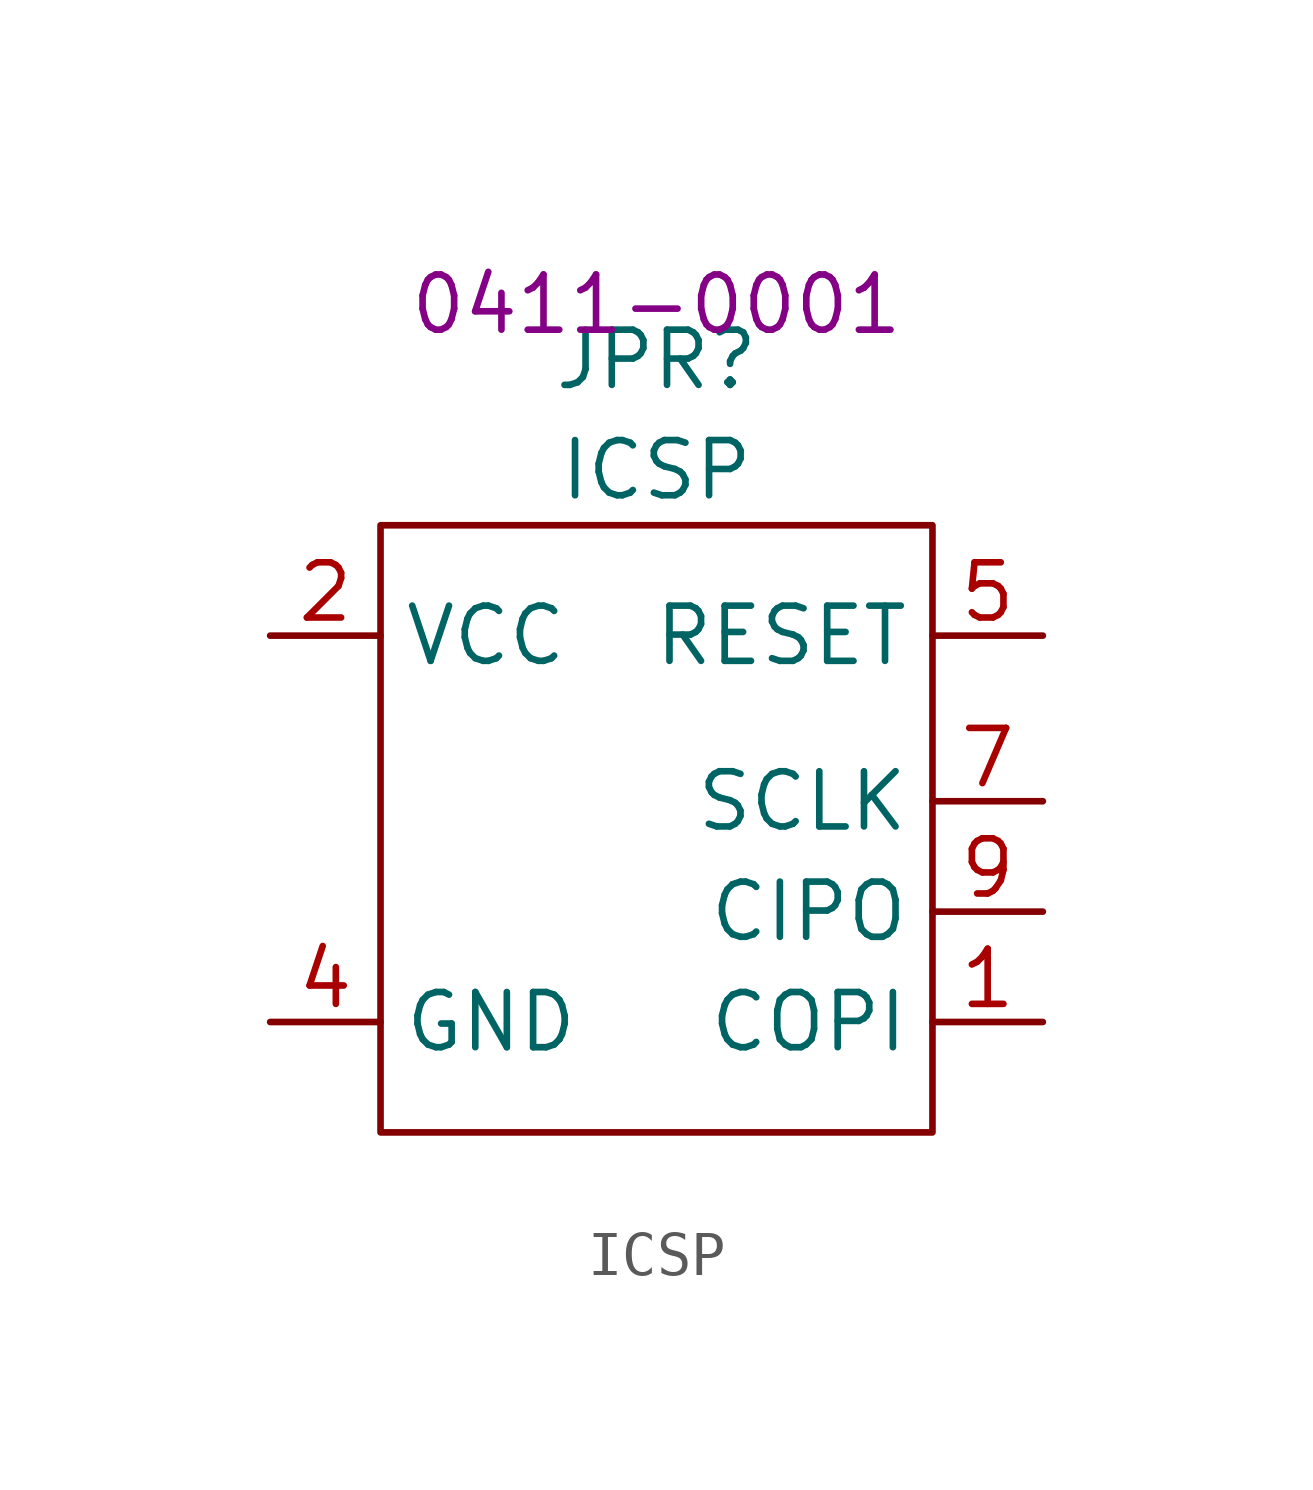
<source format=kicad_sym>
(kicad_symbol_lib
  (version 20231120)
  (generator "kicad_symbol_editor")
  (generator_version "8.0")
  (symbol "ICSP"
    (property "Reference" "JPR"
      (at 0 3.81 0)
      (effects (font (size 1.27 1.27))))
    (property "Value" "ICSP"
      (at 0 1.27 0)
      (effects (font (size 1.27 1.27))))
    (property "PartNumber" "0411-0001"
      (at 0 5.08 0)
      (effects (font (size 1.27 1.27))))
    (symbol "ICSP_0_0"
      (pin output line (at 8.89 -11.43 180) (length 2.54) (name "COPI" (effects (font (size 1.27 1.27)))) (number "1" (effects (font (size 1.27 1.27)))))
      (pin power_out line (at -8.89 -11.43 0) (length 2.54) hide (name "GND" (effects (font (size 1.27 1.27)))) (number "10" (effects (font (size 1.27 1.27)))))
      (pin power_out line (at -8.89 -2.54 0) (length 2.54) (name "VCC" (effects (font (size 1.27 1.27)))) (number "2" (effects (font (size 1.27 1.27)))))
      (pin power_out line (at -8.89 -11.43 0) (length 2.54) (name "GND" (effects (font (size 1.27 1.27)))) (number "4" (effects (font (size 1.27 1.27)))))
      (pin output line (at 8.89 -2.54 180) (length 2.54) (name "RESET" (effects (font (size 1.27 1.27)))) (number "5" (effects (font (size 1.27 1.27)))))
      (pin power_out line (at -8.89 -11.43 0) (length 2.54) hide (name "GND" (effects (font (size 1.27 1.27)))) (number "6" (effects (font (size 1.27 1.27)))))
      (pin output line (at 8.89 -6.35 180) (length 2.54) (name "SCLK" (effects (font (size 1.27 1.27)))) (number "7" (effects (font (size 1.27 1.27)))))
      (pin power_out line (at -8.89 -11.43 0) (length 2.54) hide (name "GND" (effects (font (size 1.27 1.27)))) (number "8" (effects (font (size 1.27 1.27)))))
      (pin output line (at 8.89 -8.89 180) (length 2.54) (name "CIPO" (effects (font (size 1.27 1.27)))) (number "9" (effects (font (size 1.27 1.27))))))
    (symbol "ICSP_0_1"
      (rectangle (start -6.35 0) (end 6.35 -13.97) (stroke (width 0) (type default)) (fill (type none))))))
</source>
